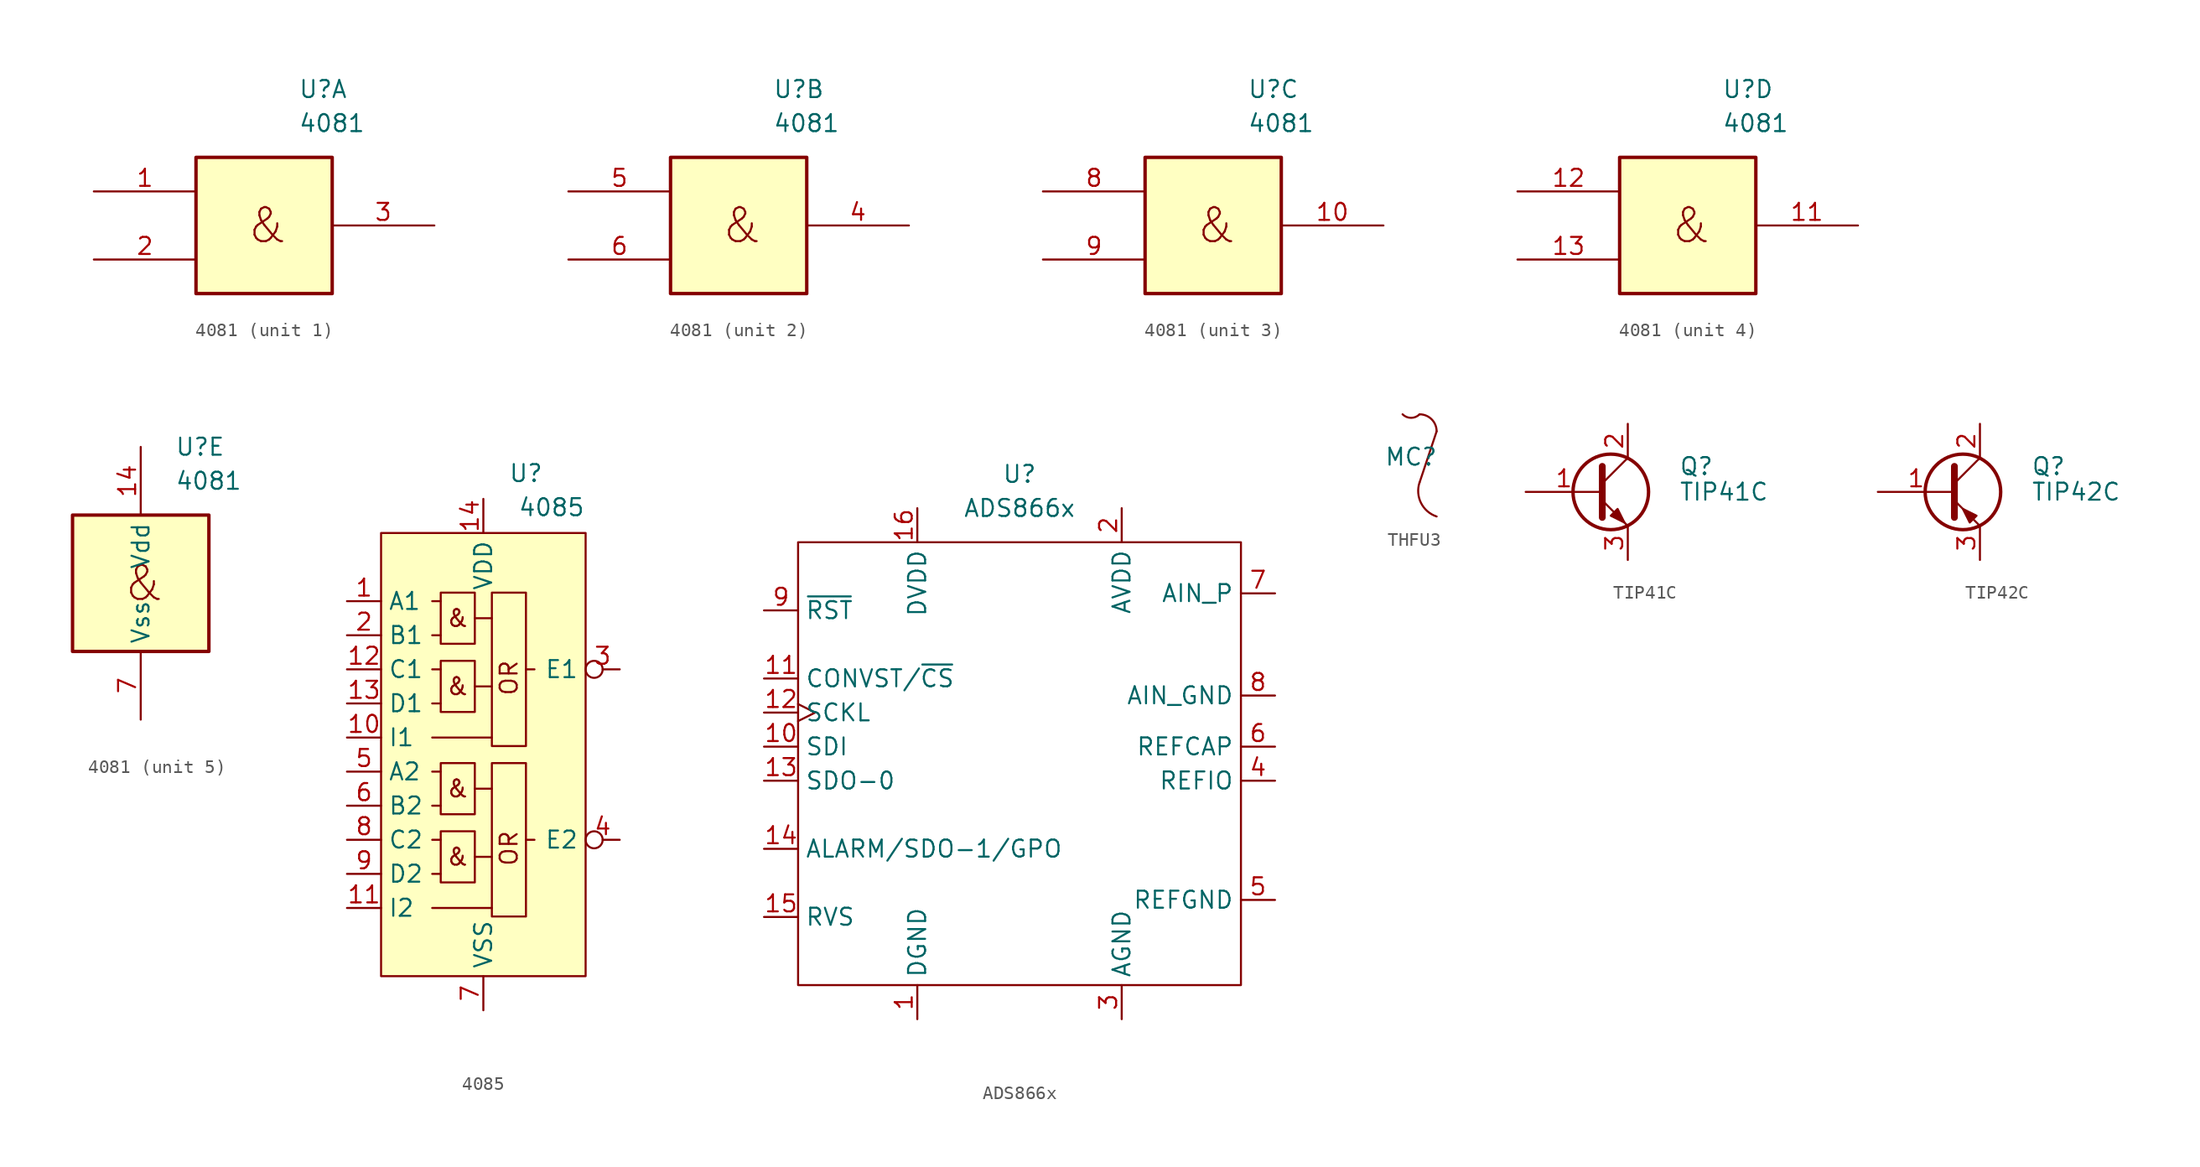
<source format=kicad_sym>
(kicad_symbol_lib
  (version 20231120)
  (generator "kicad_symbol_editor")
  (generator_version "8.0")
  (symbol "4081"
    (property "Reference" "U"
      (at 2.54 10.16 0)
      (effects (font (size 1.27 1.27)) (justify left)))
    (property "Value" "4081"
      (at 2.54 7.62 0)
      (effects (font (size 1.27 1.27)) (justify left)))
    (property "ki_locked" ""
      (at 0 0 0)
      (effects (font (size 1.27 1.27))))
    (symbol "4081_0_0"
      (rectangle (start -5.08 5.08) (end 5.08 -5.08) (stroke (width 0.254) (type default)) (fill (type background)))
      (text "&" (at 0.254 0 0) (effects (font (size 2.54 2.54)))))
    (symbol "4081_1_1"
      (pin input line (at -12.7 2.54 0) (length 7.62) (name "~" (effects (font (size 1.27 1.27)))) (number "1" (effects (font (size 1.27 1.27)))))
      (pin input line (at -12.7 -2.54 0) (length 7.62) (name "~" (effects (font (size 1.27 1.27)))) (number "2" (effects (font (size 1.27 1.27)))))
      (pin output line (at 12.7 0 180) (length 7.62) (name "~" (effects (font (size 1.27 1.27)))) (number "3" (effects (font (size 1.27 1.27))))))
    (symbol "4081_2_1"
      (pin output line (at 12.7 0 180) (length 7.62) (name "~" (effects (font (size 1.27 1.27)))) (number "4" (effects (font (size 1.27 1.27)))))
      (pin input line (at -12.7 2.54 0) (length 7.62) (name "~" (effects (font (size 1.27 1.27)))) (number "5" (effects (font (size 1.27 1.27)))))
      (pin input line (at -12.7 -2.54 0) (length 7.62) (name "~" (effects (font (size 1.27 1.27)))) (number "6" (effects (font (size 1.27 1.27))))))
    (symbol "4081_3_1"
      (pin output line (at 12.7 0 180) (length 7.62) (name "~" (effects (font (size 1.27 1.27)))) (number "10" (effects (font (size 1.27 1.27)))))
      (pin input line (at -12.7 2.54 0) (length 7.62) (name "~" (effects (font (size 1.27 1.27)))) (number "8" (effects (font (size 1.27 1.27)))))
      (pin input line (at -12.7 -2.54 0) (length 7.62) (name "~" (effects (font (size 1.27 1.27)))) (number "9" (effects (font (size 1.27 1.27))))))
    (symbol "4081_4_1"
      (pin output line (at 12.7 0 180) (length 7.62) (name "~" (effects (font (size 1.27 1.27)))) (number "11" (effects (font (size 1.27 1.27)))))
      (pin input line (at -12.7 2.54 0) (length 7.62) (name "~" (effects (font (size 1.27 1.27)))) (number "12" (effects (font (size 1.27 1.27)))))
      (pin input line (at -12.7 -2.54 0) (length 7.62) (name "~" (effects (font (size 1.27 1.27)))) (number "13" (effects (font (size 1.27 1.27))))))
    (symbol "4081_5_0"
      (pin power_in line (at 0 10.16 270) (length 5.08) (name "Vdd" (effects (font (size 1.27 1.27)))) (number "14" (effects (font (size 1.27 1.27)))))
      (pin power_in line (at 0 -10.16 90) (length 5.08) (name "Vss" (effects (font (size 1.27 1.27)))) (number "7" (effects (font (size 1.27 1.27)))))))
  (symbol "4085"
    (property "Reference" "U"
      (at 3.175 20.955 0)
      (effects (font (size 1.27 1.27))))
    (property "Value" "4085"
      (at 5.08 18.415 0)
      (effects (font (size 1.27 1.27))))
    (symbol "4085_0_0"
      (pin input line (at -10.16 11.43 0) (length 2.54) (name "A1" (effects (font (size 1.27 1.27)))) (number "1" (effects (font (size 1.27 1.27)))))
      (pin input line (at -10.16 1.27 0) (length 2.54) (name "I1" (effects (font (size 1.27 1.27)))) (number "10" (effects (font (size 1.27 1.27)))))
      (pin input line (at -10.16 -11.43 0) (length 2.54) (name "I2" (effects (font (size 1.27 1.27)))) (number "11" (effects (font (size 1.27 1.27)))))
      (pin input line (at -10.16 6.35 0) (length 2.54) (name "C1" (effects (font (size 1.27 1.27)))) (number "12" (effects (font (size 1.27 1.27)))))
      (pin input line (at -10.16 3.81 0) (length 2.54) (name "D1" (effects (font (size 1.27 1.27)))) (number "13" (effects (font (size 1.27 1.27)))))
      (pin power_in line (at 0 19.05 270) (length 2.54) (name "VDD" (effects (font (size 1.27 1.27)))) (number "14" (effects (font (size 1.27 1.27)))))
      (pin input line (at -10.16 8.89 0) (length 2.54) (name "B1" (effects (font (size 1.27 1.27)))) (number "2" (effects (font (size 1.27 1.27)))))
      (pin output inverted (at 10.16 -6.35 180) (length 2.54) (name "E2" (effects (font (size 1.27 1.27)))) (number "4" (effects (font (size 1.27 1.27)))))
      (pin input line (at -10.16 -1.27 0) (length 2.54) (name "A2" (effects (font (size 1.27 1.27)))) (number "5" (effects (font (size 1.27 1.27)))))
      (pin input line (at -10.16 -3.81 0) (length 2.54) (name "B2" (effects (font (size 1.27 1.27)))) (number "6" (effects (font (size 1.27 1.27)))))
      (pin power_in line (at 0 -19.05 90) (length 2.54) (name "VSS" (effects (font (size 1.27 1.27)))) (number "7" (effects (font (size 1.27 1.27)))))
      (pin input line (at -10.16 -6.35 0) (length 2.54) (name "C2" (effects (font (size 1.27 1.27)))) (number "8" (effects (font (size 1.27 1.27)))))
      (pin input line (at -10.16 -8.89 0) (length 2.54) (name "D2" (effects (font (size 1.27 1.27)))) (number "9" (effects (font (size 1.27 1.27))))))
    (symbol "4085_0_1"
      (rectangle (start -3.175 -5.715) (end -0.635 -9.525) (stroke (width 0) (type default)) (fill (type none)))
      (rectangle (start -3.175 -0.635) (end -0.635 -4.445) (stroke (width 0) (type default)) (fill (type none)))
      (rectangle (start -3.175 6.985) (end -0.635 3.175) (stroke (width 0) (type default)) (fill (type none)))
      (rectangle (start -3.175 12.065) (end -0.635 8.255) (stroke (width 0) (type default)) (fill (type none)))
      (rectangle (start 0.635 -0.635) (end 3.175 -12.065) (stroke (width 0) (type default)) (fill (type none)))
      (rectangle (start 0.635 12.065) (end 3.175 0.635) (stroke (width 0) (type default)) (fill (type none))))
    (symbol "4085_1_0"
      (pin output inverted (at 10.16 6.35 180) (length 2.54) (name "E1" (effects (font (size 1.27 1.27)))) (number "3" (effects (font (size 1.27 1.27))))))
    (symbol "4085_1_1"
      (rectangle (start -7.62 16.51) (end 7.62 -16.51) (stroke (width 0) (type default)) (fill (type background)))
      (polyline (pts (xy -3.81 -6.35) (xy -3.175 -6.35)) (stroke (width 0) (type default)) (fill (type none)))
      (polyline (pts (xy -3.81 -1.27) (xy -3.175 -1.27)) (stroke (width 0) (type default)) (fill (type none)))
      (polyline (pts (xy -3.81 6.35) (xy -3.175 6.35)) (stroke (width 0) (type default)) (fill (type none)))
      (polyline (pts (xy -3.81 11.43) (xy -3.175 11.43)) (stroke (width 0) (type default)) (fill (type none)))
      (polyline (pts (xy -3.175 -8.89) (xy -3.81 -8.89)) (stroke (width 0) (type default)) (fill (type none)))
      (polyline (pts (xy -3.175 -3.81) (xy -3.81 -3.81)) (stroke (width 0) (type default)) (fill (type none)))
      (polyline (pts (xy -3.175 3.81) (xy -3.81 3.81)) (stroke (width 0) (type default)) (fill (type none)))
      (polyline (pts (xy -3.175 8.89) (xy -3.81 8.89)) (stroke (width 0) (type default)) (fill (type none)))
      (polyline (pts (xy -0.635 -7.62) (xy 0.635 -7.62)) (stroke (width 0) (type default)) (fill (type none)))
      (polyline (pts (xy -0.635 -2.54) (xy 0.635 -2.54)) (stroke (width 0) (type default)) (fill (type none)))
      (polyline (pts (xy -0.635 5.08) (xy 0.635 5.08)) (stroke (width 0) (type default)) (fill (type none)))
      (polyline (pts (xy -0.635 10.16) (xy 0.635 10.16)) (stroke (width 0) (type default)) (fill (type none)))
      (polyline (pts (xy 0.635 -11.43) (xy -3.81 -11.43)) (stroke (width 0) (type default)) (fill (type none)))
      (polyline (pts (xy 0.635 1.27) (xy -3.81 1.27)) (stroke (width 0) (type default)) (fill (type none)))
      (polyline (pts (xy 3.175 -6.35) (xy 3.81 -6.35)) (stroke (width 0) (type default)) (fill (type none)))
      (polyline (pts (xy 3.175 6.35) (xy 3.81 6.35)) (stroke (width 0) (type default)) (fill (type none)))
      (text "&" (at -1.905 -7.62 0) (effects (font (size 1.27 1.27))))
      (text "&" (at -1.905 -2.54 0) (effects (font (size 1.27 1.27))))
      (text "&" (at -1.905 5.08 0) (effects (font (size 1.27 1.27))))
      (text "&" (at -1.905 10.16 0) (effects (font (size 1.27 1.27))))
      (text "OR" (at 1.905 -6.985 900) (effects (font (size 1.27 1.27))))
      (text "OR" (at 1.905 5.715 900) (effects (font (size 1.27 1.27))))))
  (symbol "ADS866x"
    (property "Reference" "U"
      (at 0 15.24 0)
      (effects (font (size 1.27 1.27))))
    (property "Value" "ADS866x"
      (at 0 12.7 0)
      (effects (font (size 1.27 1.27))))
    (symbol "ADS866x_0_0"
      (pin power_in line (at -7.62 -25.4 90) (length 2.54) (name "DGND" (effects (font (size 1.27 1.27)))) (number "1" (effects (font (size 1.27 1.27)))))
      (pin input line (at -19.05 -5.08 0) (length 2.54) (name "SDI" (effects (font (size 1.27 1.27)))) (number "10" (effects (font (size 1.27 1.27)))))
      (pin input line (at -19.05 0 0) (length 2.54) (name "CONVST/~{CS}" (effects (font (size 1.27 1.27)))) (number "11" (effects (font (size 1.27 1.27)))))
      (pin input clock (at -19.05 -2.54 0) (length 2.54) (name "SCKL" (effects (font (size 1.27 1.27)))) (number "12" (effects (font (size 1.27 1.27)))))
      (pin output line (at -19.05 -7.62 0) (length 2.54) (name "SDO-0" (effects (font (size 1.27 1.27)))) (number "13" (effects (font (size 1.27 1.27)))))
      (pin output line (at -19.05 -12.7 0) (length 2.54) (name "ALARM/SDO-1/GPO" (effects (font (size 1.27 1.27)))) (number "14" (effects (font (size 1.27 1.27)))))
      (pin output line (at -19.05 -17.78 0) (length 2.54) (name "RVS" (effects (font (size 1.27 1.27)))) (number "15" (effects (font (size 1.27 1.27)))))
      (pin power_in line (at -7.62 12.7 270) (length 2.54) (name "DVDD" (effects (font (size 1.27 1.27)))) (number "16" (effects (font (size 1.27 1.27)))))
      (pin power_in line (at 7.62 12.7 270) (length 2.54) (name "AVDD" (effects (font (size 1.27 1.27)))) (number "2" (effects (font (size 1.27 1.27)))))
      (pin power_in line (at 7.62 -25.4 90) (length 2.54) (name "AGND" (effects (font (size 1.27 1.27)))) (number "3" (effects (font (size 1.27 1.27)))))
      (pin bidirectional line (at 19.05 -7.62 180) (length 2.54) (name "REFIO" (effects (font (size 1.27 1.27)))) (number "4" (effects (font (size 1.27 1.27)))))
      (pin power_in line (at 19.05 -16.51 180) (length 2.54) (name "REFGND" (effects (font (size 1.27 1.27)))) (number "5" (effects (font (size 1.27 1.27)))))
      (pin output line (at 19.05 -5.08 180) (length 2.54) (name "REFCAP" (effects (font (size 1.27 1.27)))) (number "6" (effects (font (size 1.27 1.27)))))
      (pin input line (at 19.05 6.35 180) (length 2.54) (name "AIN_P" (effects (font (size 1.27 1.27)))) (number "7" (effects (font (size 1.27 1.27)))))
      (pin input line (at 19.05 -1.27 180) (length 2.54) (name "AIN_GND" (effects (font (size 1.27 1.27)))) (number "8" (effects (font (size 1.27 1.27)))))
      (pin input line (at -19.05 5.08 0) (length 2.54) (name "~{RST}" (effects (font (size 1.27 1.27)))) (number "9" (effects (font (size 1.27 1.27))))))
    (symbol "ADS866x_0_1"
      (rectangle (start -16.51 10.16) (end 16.51 -22.86) (stroke (width 0) (type default)) (fill (type none)))))
  (symbol "THFU3"
    (property "Reference" "MC"
      (at 0 0 0)
      (effects (font (size 1.27 1.27))))
    (property "Value" ""
      (at 0 0 0)
      (effects (font (size 1.27 1.27))))
    (symbol "THFU3_0_1"
      (arc (start -0.635 3.175) (mid 0 2.912) (end 0.635 3.175) (stroke (width 0) (type default)) (fill (type none)))
      (polyline (pts (xy 1.905 1.905) (xy 0.635 -1.905)) (stroke (width 0) (type default)) (fill (type none)))
      (arc (start 0.635 -1.905) (mid 0.7439 -3.438) (end 1.905 -4.445) (stroke (width 0) (type default)) (fill (type none)))
      (arc (start 1.905 1.905) (mid 1.533 2.803) (end 0.635 3.175) (stroke (width 0) (type default)) (fill (type none)))))
  (symbol "TIP41C"
    (pin_names
      (offset 0) hide)
    (property "Reference" "Q"
      (at 6.35 1.905 0)
      (effects (font (size 1.27 1.27)) (justify left)))
    (property "Value" "TIP41C"
      (at 6.35 0 0)
      (effects (font (size 1.27 1.27)) (justify left)))
    (symbol "TIP41C_0_1"
      (polyline (pts (xy 0.635 0.635) (xy 2.54 2.54)) (stroke (width 0) (type default)) (fill (type none)))
      (polyline (pts (xy 0.635 -0.635) (xy 2.54 -2.54) (xy 2.54 -2.54)) (stroke (width 0) (type default)) (fill (type none)))
      (polyline (pts (xy 0.635 1.905) (xy 0.635 -1.905) (xy 0.635 -1.905)) (stroke (width 0.508) (type default)) (fill (type none)))
      (polyline (pts (xy 1.27 -1.778) (xy 1.778 -1.27) (xy 2.286 -2.286) (xy 1.27 -1.778) (xy 1.27 -1.778)) (stroke (width 0) (type default)) (fill (type outline)))
      (circle (center 1.27 0) (radius 2.819) (stroke (width 0.254) (type default)) (fill (type none))))
    (symbol "TIP41C_1_1"
      (pin input line (at -5.08 0 0) (length 5.715) (name "B" (effects (font (size 1.27 1.27)))) (number "1" (effects (font (size 1.27 1.27)))))
      (pin passive line (at 2.54 5.08 270) (length 2.54) (name "C" (effects (font (size 1.27 1.27)))) (number "2" (effects (font (size 1.27 1.27)))))
      (pin passive line (at 2.54 -5.08 90) (length 2.54) (name "E" (effects (font (size 1.27 1.27)))) (number "3" (effects (font (size 1.27 1.27)))))))
  (symbol "TIP42C"
    (pin_names
      (offset 0) hide)
    (property "Reference" "Q"
      (at 6.35 1.905 0)
      (effects (font (size 1.27 1.27)) (justify left)))
    (property "Value" "TIP42C"
      (at 6.35 0 0)
      (effects (font (size 1.27 1.27)) (justify left)))
    (symbol "TIP42C_0_1"
      (polyline (pts (xy 0.635 0.635) (xy 2.54 2.54)) (stroke (width 0) (type default)) (fill (type none)))
      (polyline (pts (xy 0.635 -0.635) (xy 2.54 -2.54) (xy 2.54 -2.54)) (stroke (width 0) (type default)) (fill (type none)))
      (polyline (pts (xy 0.635 1.905) (xy 0.635 -1.905) (xy 0.635 -1.905)) (stroke (width 0.508) (type default)) (fill (type none)))
      (polyline (pts (xy 2.286 -1.778) (xy 1.778 -2.286) (xy 1.27 -1.27) (xy 2.286 -1.778) (xy 2.286 -1.778)) (stroke (width 0) (type default)) (fill (type outline)))
      (circle (center 1.27 0) (radius 2.819) (stroke (width 0.254) (type default)) (fill (type none))))
    (symbol "TIP42C_1_1"
      (pin input line (at -5.08 0 0) (length 5.715) (name "B" (effects (font (size 1.27 1.27)))) (number "1" (effects (font (size 1.27 1.27)))))
      (pin passive line (at 2.54 5.08 270) (length 2.54) (name "C" (effects (font (size 1.27 1.27)))) (number "2" (effects (font (size 1.27 1.27)))))
      (pin passive line (at 2.54 -5.08 90) (length 2.54) (name "E" (effects (font (size 1.27 1.27)))) (number "3" (effects (font (size 1.27 1.27))))))))
</source>
